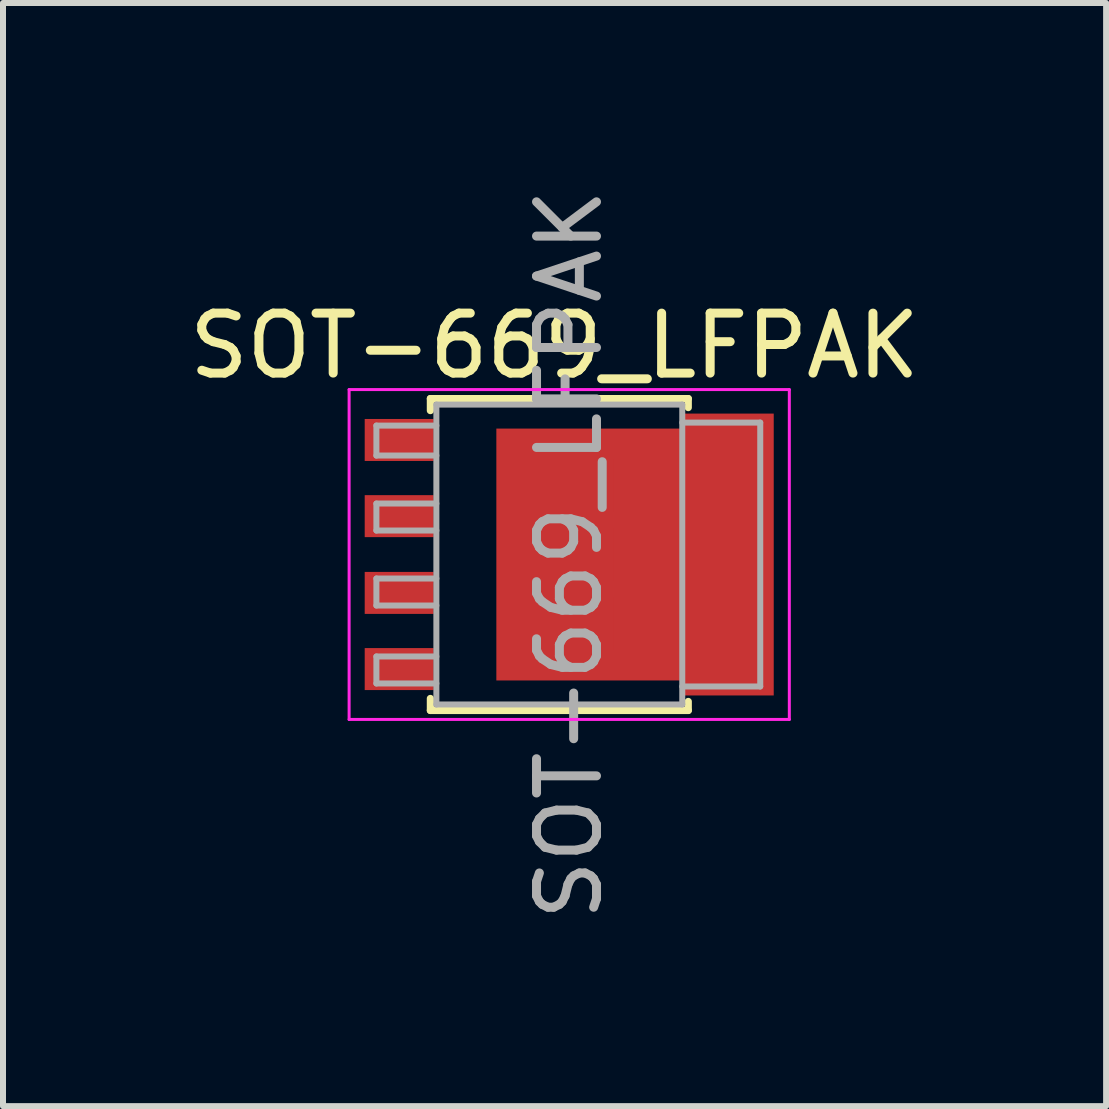
<source format=kicad_pcb>
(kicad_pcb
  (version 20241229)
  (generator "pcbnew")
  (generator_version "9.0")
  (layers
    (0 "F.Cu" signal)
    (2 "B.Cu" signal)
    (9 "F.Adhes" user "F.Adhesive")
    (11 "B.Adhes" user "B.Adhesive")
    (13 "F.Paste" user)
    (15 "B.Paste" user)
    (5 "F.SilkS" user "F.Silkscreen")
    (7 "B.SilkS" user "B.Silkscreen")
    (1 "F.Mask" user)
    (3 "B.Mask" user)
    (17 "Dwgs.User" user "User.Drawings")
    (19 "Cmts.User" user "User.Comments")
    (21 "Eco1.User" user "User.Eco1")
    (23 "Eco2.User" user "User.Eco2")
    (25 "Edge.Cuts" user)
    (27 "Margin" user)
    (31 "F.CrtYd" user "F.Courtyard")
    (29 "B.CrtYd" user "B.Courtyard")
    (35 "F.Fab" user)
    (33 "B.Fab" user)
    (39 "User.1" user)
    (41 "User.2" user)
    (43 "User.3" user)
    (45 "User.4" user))
  (footprint "SOT-669_LFPAK"
    (layer "F.Cu")
    (at 6.441 6.196)
    (property "Reference" "SOT-669_LFPAK" (at -0.245 -3.48 0) (layer "F.SilkS") (effects (font (size 1 1) (thickness 0.15))))
    (attr smd)
    (fp_line (start -2.315 -2.6) (end -2.315 -2.4) (stroke (width 0.12) (type solid)) (layer "F.SilkS"))
    (fp_line (start -2.315 2.4) (end -2.315 2.6) (stroke (width 0.12) (type solid)) (layer "F.SilkS"))
    (fp_line (start -2.315 2.6) (end 1.985 2.6) (stroke (width 0.12) (type solid)) (layer "F.SilkS"))
    (fp_line (start 1.985 -2.6) (end -2.315 -2.6) (stroke (width 0.12) (type solid)) (layer "F.SilkS"))
    (fp_line (start 1.985 -2.45) (end 1.985 -2.6) (stroke (width 0.12) (type solid)) (layer "F.SilkS"))
    (fp_line (start 1.985 2.6) (end 1.985 2.45) (stroke (width 0.12) (type solid)) (layer "F.SilkS"))
    (fp_line (start -3.67 2.75) (end -3.67 -2.75) (stroke (width 0.05) (type solid)) (layer "F.CrtYd"))
    (fp_line (start -3.67 2.75) (end 3.67 2.75) (stroke (width 0.05) (type solid)) (layer "F.CrtYd"))
    (fp_line (start 3.67 -2.75) (end -3.67 -2.75) (stroke (width 0.05) (type solid)) (layer "F.CrtYd"))
    (fp_line (start 3.67 -2.75) (end 3.67 2.75) (stroke (width 0.05) (type solid)) (layer "F.CrtYd"))
    (fp_line (start -3.215 -2.15) (end -3.215 -1.65) (stroke (width 0.1) (type solid)) (layer "F.Fab"))
    (fp_line (start -3.215 -2.15) (end -2.215 -2.15) (stroke (width 0.1) (type solid)) (layer "F.Fab"))
    (fp_line (start -3.215 -1.65) (end -2.215 -1.65) (stroke (width 0.1) (type solid)) (layer "F.Fab"))
    (fp_line (start -3.215 -0.85) (end -3.215 -0.4) (stroke (width 0.1) (type solid)) (layer "F.Fab"))
    (fp_line (start -3.215 -0.4) (end -2.215 -0.4) (stroke (width 0.1) (type solid)) (layer "F.Fab"))
    (fp_line (start -3.215 0.4) (end -3.215 0.85) (stroke (width 0.1) (type solid)) (layer "F.Fab"))
    (fp_line (start -3.215 0.85) (end -2.215 0.85) (stroke (width 0.1) (type solid)) (layer "F.Fab"))
    (fp_line (start -3.215 1.7) (end -3.215 2.15) (stroke (width 0.1) (type solid)) (layer "F.Fab"))
    (fp_line (start -3.215 2.15) (end -2.215 2.15) (stroke (width 0.1) (type solid)) (layer "F.Fab"))
    (fp_line (start -2.215 -2.5) (end -2.215 2.5) (stroke (width 0.1) (type solid)) (layer "F.Fab"))
    (fp_line (start -2.215 -0.85) (end -3.215 -0.85) (stroke (width 0.1) (type solid)) (layer "F.Fab"))
    (fp_line (start -2.215 0.4) (end -3.215 0.4) (stroke (width 0.1) (type solid)) (layer "F.Fab"))
    (fp_line (start -2.215 1.7) (end -3.215 1.7) (stroke (width 0.1) (type solid)) (layer "F.Fab"))
    (fp_line (start -2.215 2.5) (end 1.885 2.5) (stroke (width 0.1) (type solid)) (layer "F.Fab"))
    (fp_line (start 1.885 -2.5) (end -2.215 -2.5) (stroke (width 0.1) (type solid)) (layer "F.Fab"))
    (fp_line (start 1.885 2.5) (end 1.885 -2.5) (stroke (width 0.1) (type solid)) (layer "F.Fab"))
    (fp_line (start 3.185 -2.2) (end 1.885 -2.2) (stroke (width 0.1) (type solid)) (layer "F.Fab"))
    (fp_line (start 3.185 -2.2) (end 3.185 2.2) (stroke (width 0.1) (type solid)) (layer "F.Fab"))
    (fp_line (start 3.185 2.2) (end 1.885 2.2) (stroke (width 0.1) (type solid)) (layer "F.Fab"))
    (fp_text user "${REFERENCE}" (at 0 0 90) (layer "F.Fab") (effects (font (size 1 1) (thickness 0.15))))
    (pad "1" smd rect (at -2.835 -1.91 270) (size 0.7 1.15) (layers "F.Cu" "F.Mask" "F.Paste"))
    (pad "1" smd rect (at -2.835 -0.64 270) (size 0.7 1.15) (layers "F.Cu" "F.Mask" "F.Paste"))
    (pad "1" smd rect (at -2.835 0.64 270) (size 0.7 1.15) (layers "F.Cu" "F.Mask" "F.Paste"))
    (pad "2" smd rect (at -2.835 1.91 270) (size 0.7 1.15) (layers "F.Cu" "F.Mask" "F.Paste"))
    (pad "3" smd rect (at -0.665 -1.15) (size 0.6 0.9) (layers "F.Cu" "F.Mask" "F.Paste"))
    (pad "3" smd rect (at -0.665 0) (size 0.6 0.9) (layers "F.Cu" "F.Mask" "F.Paste"))
    (pad "3" smd rect (at -0.665 1.15) (size 0.6 0.9) (layers "F.Cu" "F.Mask" "F.Paste"))
    (pad "3" smd rect (at 0.185 -1.15) (size 0.6 0.9) (layers "F.Cu" "F.Mask" "F.Paste"))
    (pad "3" smd rect (at 0.185 0) (size 0.6 0.9) (layers "F.Cu" "F.Mask" "F.Paste"))
    (pad "3" smd rect (at 0.185 1.15) (size 0.6 0.9) (layers "F.Cu" "F.Mask" "F.Paste"))
    (pad "3" smd rect (at 0.435 0 270) (size 4.2 3.3) (layers "F.Cu" "F.Mask" "F.Paste"))
    (pad "3" smd rect (at 1.035 -1.15) (size 0.6 0.9) (layers "F.Cu" "F.Mask" "F.Paste"))
    (pad "3" smd rect (at 1.035 0) (size 0.6 0.9) (layers "F.Cu" "F.Mask" "F.Paste"))
    (pad "3" smd rect (at 1.035 1.15) (size 0.6 0.9) (layers "F.Cu" "F.Mask" "F.Paste"))
    (pad "3" smd rect (at 2.635 0 270) (size 4.7 1.55) (layers "F.Cu" "F.Mask" "F.Paste"))
    (pad "3" smd rect (at 2.885 -1.88 270) (size 0.6 0.9) (layers "F.Cu" "F.Mask" "F.Paste"))
    (pad "3" smd rect (at 2.885 -0.6 270) (size 0.6 0.9) (layers "F.Cu" "F.Mask" "F.Paste"))
    (pad "3" smd rect (at 2.885 0.6 270) (size 0.6 0.9) (layers "F.Cu" "F.Mask" "F.Paste"))
    (pad "3" smd rect (at 2.885 1.88 270) (size 0.6 0.9) (layers "F.Cu" "F.Mask" "F.Paste")))
  (gr_rect
    (start -3 -3)
    (end 15.393 15.393)
    (stroke (width 0.1) (type default))
    (fill no)
    (layer "Edge.Cuts")))
</source>
